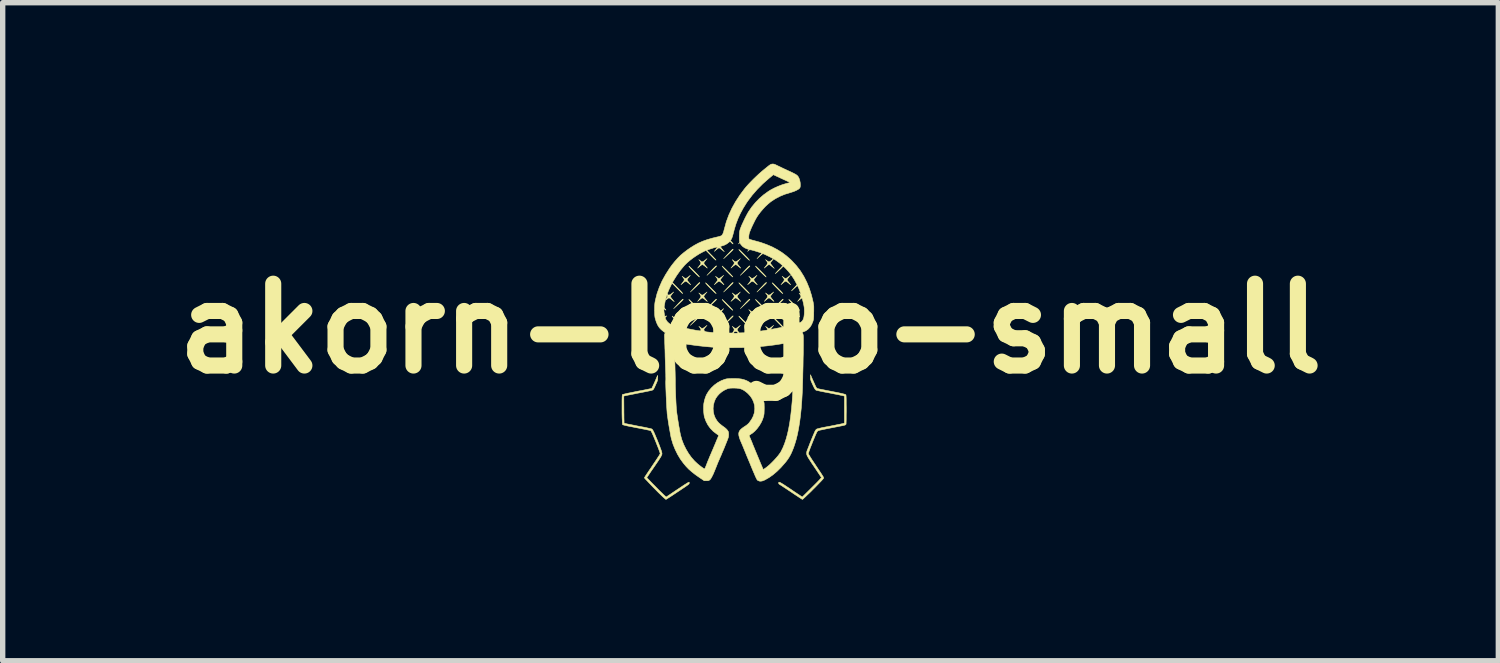
<source format=kicad_pcb>
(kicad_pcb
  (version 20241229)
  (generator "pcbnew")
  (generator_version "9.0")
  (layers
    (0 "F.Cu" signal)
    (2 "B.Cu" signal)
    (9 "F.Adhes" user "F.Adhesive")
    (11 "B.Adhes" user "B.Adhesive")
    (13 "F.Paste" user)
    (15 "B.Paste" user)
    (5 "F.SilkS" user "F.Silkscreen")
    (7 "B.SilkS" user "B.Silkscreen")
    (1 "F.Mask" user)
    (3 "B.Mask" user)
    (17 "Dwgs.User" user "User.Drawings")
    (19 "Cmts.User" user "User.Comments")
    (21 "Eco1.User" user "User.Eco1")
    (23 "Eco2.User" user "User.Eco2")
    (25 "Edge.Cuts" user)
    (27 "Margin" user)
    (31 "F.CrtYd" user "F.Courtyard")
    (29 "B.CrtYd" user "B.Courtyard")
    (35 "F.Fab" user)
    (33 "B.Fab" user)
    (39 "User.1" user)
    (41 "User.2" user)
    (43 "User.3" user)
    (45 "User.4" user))
  (footprint "akorn-logo-small"
    (layer "F.Cu")
    (at 10.929 3.069)
    (property "Reference" "akorn-logo-small" (at 0 0 0) (layer "F.SilkS") (effects (font (size 1.524 1.524) (thickness 0.3))))
    (attr through_hole)
    (fp_poly (pts (xy -1.575 -0.533) (xy -1.578 -0.531) (xy -1.58 -0.533) (xy -1.578 -0.536) (xy -1.575 -0.533)) (stroke (width 0.01) (type solid)) (fill yes) (layer "F.SilkS"))
    (fp_poly (pts (xy -1.255 -0.546) (xy -1.254 -0.543) (xy -1.255 -0.539) (xy -1.26 -0.533) (xy -1.269 -0.524) (xy -1.282 -0.51) (xy -1.302 -0.491) (xy -1.328 -0.466) (xy -1.352 -0.444) (xy -1.431 -0.37) (xy -1.368 -0.437) (xy -1.335 -0.473) (xy -1.308 -0.501) (xy -1.288 -0.521) (xy -1.273 -0.535) (xy -1.263 -0.543) (xy -1.257 -0.546) (xy -1.255 -0.546)) (stroke (width 0.01) (type solid)) (fill yes) (layer "F.SilkS"))
    (fp_poly (pts (xy -0.945 -0.856) (xy -0.944 -0.854) (xy -0.945 -0.85) (xy -0.949 -0.844) (xy -0.958 -0.834) (xy -0.972 -0.82) (xy -0.991 -0.801) (xy -1.018 -0.776) (xy -1.041 -0.754) (xy -1.12 -0.68) (xy -1.057 -0.748) (xy -1.024 -0.783) (xy -0.998 -0.811) (xy -0.977 -0.832) (xy -0.963 -0.846) (xy -0.952 -0.854) (xy -0.947 -0.857) (xy -0.945 -0.856)) (stroke (width 0.01) (type solid)) (fill yes) (layer "F.SilkS"))
    (fp_poly (pts (xy -0.945 -0.235) (xy -0.944 -0.233) (xy -0.945 -0.229) (xy -0.949 -0.223) (xy -0.958 -0.213) (xy -0.972 -0.199) (xy -0.991 -0.18) (xy -1.018 -0.155) (xy -1.041 -0.133) (xy -1.12 -0.059) (xy -1.057 -0.127) (xy -1.024 -0.163) (xy -0.998 -0.19) (xy -0.977 -0.211) (xy -0.963 -0.225) (xy -0.952 -0.233) (xy -0.947 -0.236) (xy -0.945 -0.235)) (stroke (width 0.01) (type solid)) (fill yes) (layer "F.SilkS"))
    (fp_poly (pts (xy -0.634 -1.167) (xy -0.633 -1.164) (xy -0.634 -1.16) (xy -0.639 -1.154) (xy -0.648 -1.145) (xy -0.661 -1.131) (xy -0.681 -1.112) (xy -0.707 -1.087) (xy -0.731 -1.065) (xy -0.81 -0.991) (xy -0.747 -1.058) (xy -0.714 -1.094) (xy -0.687 -1.122) (xy -0.667 -1.142) (xy -0.652 -1.156) (xy -0.642 -1.164) (xy -0.636 -1.167) (xy -0.634 -1.167)) (stroke (width 0.01) (type solid)) (fill yes) (layer "F.SilkS"))
    (fp_poly (pts (xy -0.634 -0.546) (xy -0.633 -0.543) (xy -0.634 -0.539) (xy -0.639 -0.533) (xy -0.648 -0.524) (xy -0.661 -0.51) (xy -0.681 -0.491) (xy -0.707 -0.466) (xy -0.731 -0.444) (xy -0.81 -0.37) (xy -0.747 -0.437) (xy -0.714 -0.473) (xy -0.687 -0.501) (xy -0.667 -0.521) (xy -0.652 -0.535) (xy -0.642 -0.543) (xy -0.636 -0.546) (xy -0.634 -0.546)) (stroke (width 0.01) (type solid)) (fill yes) (layer "F.SilkS"))
    (fp_poly (pts (xy -0.324 -1.477) (xy -0.323 -1.475) (xy -0.324 -1.471) (xy -0.329 -1.465) (xy -0.337 -1.455) (xy -0.351 -1.441) (xy -0.371 -1.422) (xy -0.397 -1.397) (xy -0.421 -1.375) (xy -0.5 -1.301) (xy -0.437 -1.369) (xy -0.403 -1.404) (xy -0.377 -1.432) (xy -0.357 -1.453) (xy -0.342 -1.467) (xy -0.332 -1.475) (xy -0.326 -1.478) (xy -0.324 -1.477)) (stroke (width 0.01) (type solid)) (fill yes) (layer "F.SilkS"))
    (fp_poly (pts (xy -0.324 -0.856) (xy -0.323 -0.854) (xy -0.324 -0.85) (xy -0.329 -0.844) (xy -0.337 -0.834) (xy -0.351 -0.82) (xy -0.371 -0.801) (xy -0.397 -0.776) (xy -0.421 -0.754) (xy -0.5 -0.68) (xy -0.437 -0.748) (xy -0.403 -0.783) (xy -0.377 -0.811) (xy -0.357 -0.832) (xy -0.342 -0.846) (xy -0.332 -0.854) (xy -0.326 -0.857) (xy -0.324 -0.856)) (stroke (width 0.01) (type solid)) (fill yes) (layer "F.SilkS"))
    (fp_poly (pts (xy -0.324 -0.235) (xy -0.323 -0.233) (xy -0.324 -0.229) (xy -0.329 -0.223) (xy -0.337 -0.213) (xy -0.351 -0.199) (xy -0.371 -0.18) (xy -0.397 -0.155) (xy -0.421 -0.133) (xy -0.5 -0.059) (xy -0.437 -0.127) (xy -0.403 -0.163) (xy -0.377 -0.19) (xy -0.357 -0.211) (xy -0.342 -0.225) (xy -0.332 -0.233) (xy -0.326 -0.236) (xy -0.324 -0.235)) (stroke (width 0.01) (type solid)) (fill yes) (layer "F.SilkS"))
    (fp_poly (pts (xy -0.013 -1.167) (xy -0.012 -1.164) (xy -0.013 -1.16) (xy -0.018 -1.154) (xy -0.027 -1.145) (xy -0.041 -1.131) (xy -0.06 -1.112) (xy -0.087 -1.087) (xy -0.11 -1.065) (xy -0.189 -0.991) (xy -0.126 -1.058) (xy -0.093 -1.094) (xy -0.066 -1.122) (xy -0.046 -1.142) (xy -0.031 -1.156) (xy -0.021 -1.164) (xy -0.015 -1.167) (xy -0.013 -1.167)) (stroke (width 0.01) (type solid)) (fill yes) (layer "F.SilkS"))
    (fp_poly (pts (xy -0.013 -0.546) (xy -0.012 -0.543) (xy -0.013 -0.539) (xy -0.018 -0.533) (xy -0.027 -0.524) (xy -0.041 -0.51) (xy -0.06 -0.491) (xy -0.087 -0.466) (xy -0.11 -0.444) (xy -0.189 -0.37) (xy -0.126 -0.437) (xy -0.093 -0.473) (xy -0.066 -0.501) (xy -0.046 -0.521) (xy -0.031 -0.535) (xy -0.021 -0.543) (xy -0.015 -0.546) (xy -0.013 -0.546)) (stroke (width 0.01) (type solid)) (fill yes) (layer "F.SilkS"))
    (fp_poly (pts (xy 0.297 -0.856) (xy 0.298 -0.854) (xy 0.297 -0.85) (xy 0.292 -0.844) (xy 0.284 -0.834) (xy 0.27 -0.82) (xy 0.25 -0.801) (xy 0.224 -0.776) (xy 0.2 -0.754) (xy 0.121 -0.68) (xy 0.184 -0.748) (xy 0.218 -0.783) (xy 0.244 -0.811) (xy 0.264 -0.832) (xy 0.279 -0.846) (xy 0.289 -0.854) (xy 0.295 -0.857) (xy 0.297 -0.856)) (stroke (width 0.01) (type solid)) (fill yes) (layer "F.SilkS"))
    (fp_poly (pts (xy 0.297 -0.235) (xy 0.298 -0.233) (xy 0.297 -0.229) (xy 0.292 -0.223) (xy 0.284 -0.213) (xy 0.27 -0.199) (xy 0.25 -0.18) (xy 0.224 -0.155) (xy 0.2 -0.133) (xy 0.121 -0.059) (xy 0.184 -0.127) (xy 0.218 -0.163) (xy 0.244 -0.19) (xy 0.264 -0.211) (xy 0.279 -0.225) (xy 0.289 -0.233) (xy 0.295 -0.236) (xy 0.297 -0.235)) (stroke (width 0.01) (type solid)) (fill yes) (layer "F.SilkS"))
    (fp_poly (pts (xy 0.608 -0.546) (xy 0.609 -0.543) (xy 0.607 -0.539) (xy 0.603 -0.533) (xy 0.594 -0.524) (xy 0.58 -0.51) (xy 0.561 -0.491) (xy 0.534 -0.466) (xy 0.511 -0.444) (xy 0.432 -0.37) (xy 0.495 -0.437) (xy 0.528 -0.473) (xy 0.555 -0.501) (xy 0.575 -0.521) (xy 0.59 -0.535) (xy 0.6 -0.543) (xy 0.606 -0.546) (xy 0.608 -0.546)) (stroke (width 0.01) (type solid)) (fill yes) (layer "F.SilkS"))
    (fp_poly (pts (xy -1.453 -0.228) (xy -1.441 -0.217) (xy -1.424 -0.201) (xy -1.404 -0.181) (xy -1.381 -0.158) (xy -1.357 -0.135) (xy -1.333 -0.111) (xy -1.312 -0.088) (xy -1.293 -0.069) (xy -1.279 -0.054) (xy -1.276 -0.049) (xy -1.264 -0.035) (xy -1.26 -0.029) (xy -1.263 -0.03) (xy -1.273 -0.038) (xy -1.29 -0.053) (xy -1.312 -0.074) (xy -1.336 -0.097) (xy -1.369 -0.13) (xy -1.397 -0.159) (xy -1.421 -0.185) (xy -1.44 -0.205) (xy -1.453 -0.221) (xy -1.458 -0.229) (xy -1.458 -0.231) (xy -1.453 -0.228)) (stroke (width 0.01) (type solid)) (fill yes) (layer "F.SilkS"))
    (fp_poly (pts (xy -1.142 -1.159) (xy -1.13 -1.148) (xy -1.114 -1.132) (xy -1.093 -1.112) (xy -1.07 -1.09) (xy -1.046 -1.066) (xy -1.023 -1.042) (xy -1.001 -1.02) (xy -0.983 -1) (xy -0.969 -0.985) (xy -0.965 -0.981) (xy -0.954 -0.967) (xy -0.95 -0.96) (xy -0.953 -0.961) (xy -0.963 -0.969) (xy -0.979 -0.984) (xy -1.002 -1.005) (xy -1.026 -1.029) (xy -1.058 -1.061) (xy -1.087 -1.091) (xy -1.111 -1.116) (xy -1.13 -1.137) (xy -1.142 -1.152) (xy -1.148 -1.161) (xy -1.147 -1.163) (xy -1.142 -1.159)) (stroke (width 0.01) (type solid)) (fill yes) (layer "F.SilkS"))
    (fp_poly (pts (xy -1.142 -0.538) (xy -1.13 -0.527) (xy -1.114 -0.511) (xy -1.093 -0.491) (xy -1.07 -0.469) (xy -1.046 -0.445) (xy -1.023 -0.421) (xy -1.001 -0.399) (xy -0.983 -0.379) (xy -0.969 -0.364) (xy -0.965 -0.36) (xy -0.954 -0.346) (xy -0.95 -0.339) (xy -0.953 -0.34) (xy -0.963 -0.348) (xy -0.979 -0.363) (xy -1.002 -0.384) (xy -1.026 -0.408) (xy -1.058 -0.44) (xy -1.087 -0.47) (xy -1.111 -0.495) (xy -1.13 -0.516) (xy -1.142 -0.531) (xy -1.148 -0.54) (xy -1.147 -0.542) (xy -1.142 -0.538)) (stroke (width 0.01) (type solid)) (fill yes) (layer "F.SilkS"))
    (fp_poly (pts (xy -0.832 -0.848) (xy -0.82 -0.838) (xy -0.803 -0.822) (xy -0.783 -0.802) (xy -0.76 -0.779) (xy -0.736 -0.755) (xy -0.713 -0.732) (xy -0.691 -0.709) (xy -0.672 -0.69) (xy -0.658 -0.675) (xy -0.655 -0.67) (xy -0.643 -0.656) (xy -0.639 -0.65) (xy -0.642 -0.651) (xy -0.652 -0.659) (xy -0.669 -0.673) (xy -0.691 -0.695) (xy -0.715 -0.718) (xy -0.748 -0.751) (xy -0.777 -0.78) (xy -0.801 -0.806) (xy -0.819 -0.826) (xy -0.832 -0.842) (xy -0.838 -0.85) (xy -0.837 -0.852) (xy -0.832 -0.848)) (stroke (width 0.01) (type solid)) (fill yes) (layer "F.SilkS"))
    (fp_poly (pts (xy -0.832 -0.228) (xy -0.82 -0.217) (xy -0.803 -0.201) (xy -0.783 -0.181) (xy -0.76 -0.158) (xy -0.736 -0.135) (xy -0.713 -0.111) (xy -0.691 -0.088) (xy -0.672 -0.069) (xy -0.658 -0.054) (xy -0.655 -0.049) (xy -0.643 -0.035) (xy -0.639 -0.029) (xy -0.642 -0.03) (xy -0.652 -0.038) (xy -0.669 -0.053) (xy -0.691 -0.074) (xy -0.715 -0.097) (xy -0.748 -0.13) (xy -0.777 -0.159) (xy -0.801 -0.185) (xy -0.819 -0.205) (xy -0.832 -0.221) (xy -0.838 -0.229) (xy -0.837 -0.231) (xy -0.832 -0.228)) (stroke (width 0.01) (type solid)) (fill yes) (layer "F.SilkS"))
    (fp_poly (pts (xy -0.521 -1.159) (xy -0.51 -1.148) (xy -0.493 -1.132) (xy -0.472 -1.112) (xy -0.449 -1.09) (xy -0.426 -1.066) (xy -0.402 -1.042) (xy -0.38 -1.02) (xy -0.362 -1) (xy -0.348 -0.985) (xy -0.344 -0.981) (xy -0.333 -0.967) (xy -0.329 -0.96) (xy -0.332 -0.961) (xy -0.342 -0.969) (xy -0.358 -0.984) (xy -0.381 -1.005) (xy -0.405 -1.029) (xy -0.437 -1.061) (xy -0.466 -1.091) (xy -0.49 -1.116) (xy -0.509 -1.137) (xy -0.521 -1.152) (xy -0.527 -1.161) (xy -0.527 -1.163) (xy -0.521 -1.159)) (stroke (width 0.01) (type solid)) (fill yes) (layer "F.SilkS"))
    (fp_poly (pts (xy -0.521 -0.538) (xy -0.51 -0.527) (xy -0.493 -0.511) (xy -0.472 -0.491) (xy -0.449 -0.469) (xy -0.426 -0.445) (xy -0.402 -0.421) (xy -0.38 -0.399) (xy -0.362 -0.379) (xy -0.348 -0.364) (xy -0.344 -0.36) (xy -0.333 -0.346) (xy -0.329 -0.339) (xy -0.332 -0.34) (xy -0.342 -0.348) (xy -0.358 -0.363) (xy -0.381 -0.384) (xy -0.405 -0.408) (xy -0.437 -0.44) (xy -0.466 -0.47) (xy -0.49 -0.495) (xy -0.509 -0.516) (xy -0.521 -0.531) (xy -0.527 -0.54) (xy -0.527 -0.542) (xy -0.521 -0.538)) (stroke (width 0.01) (type solid)) (fill yes) (layer "F.SilkS"))
    (fp_poly (pts (xy -0.211 -1.469) (xy -0.199 -1.459) (xy -0.182 -1.443) (xy -0.162 -1.423) (xy -0.139 -1.4) (xy -0.115 -1.376) (xy -0.092 -1.352) (xy -0.07 -1.33) (xy -0.052 -1.311) (xy -0.038 -1.295) (xy -0.034 -1.291) (xy -0.022 -1.277) (xy -0.018 -1.271) (xy -0.021 -1.271) (xy -0.032 -1.28) (xy -0.048 -1.294) (xy -0.071 -1.316) (xy -0.095 -1.339) (xy -0.127 -1.372) (xy -0.156 -1.401) (xy -0.18 -1.426) (xy -0.198 -1.447) (xy -0.211 -1.462) (xy -0.217 -1.471) (xy -0.216 -1.473) (xy -0.211 -1.469)) (stroke (width 0.01) (type solid)) (fill yes) (layer "F.SilkS"))
    (fp_poly (pts (xy -0.211 -0.848) (xy -0.199 -0.838) (xy -0.182 -0.822) (xy -0.162 -0.802) (xy -0.139 -0.779) (xy -0.115 -0.755) (xy -0.092 -0.732) (xy -0.07 -0.709) (xy -0.052 -0.69) (xy -0.038 -0.675) (xy -0.034 -0.67) (xy -0.022 -0.656) (xy -0.018 -0.65) (xy -0.021 -0.651) (xy -0.032 -0.659) (xy -0.048 -0.673) (xy -0.071 -0.695) (xy -0.095 -0.718) (xy -0.127 -0.751) (xy -0.156 -0.78) (xy -0.18 -0.806) (xy -0.198 -0.826) (xy -0.211 -0.842) (xy -0.217 -0.85) (xy -0.216 -0.852) (xy -0.211 -0.848)) (stroke (width 0.01) (type solid)) (fill yes) (layer "F.SilkS"))
    (fp_poly (pts (xy -0.211 -0.228) (xy -0.199 -0.217) (xy -0.182 -0.201) (xy -0.162 -0.181) (xy -0.139 -0.158) (xy -0.115 -0.135) (xy -0.092 -0.111) (xy -0.07 -0.088) (xy -0.052 -0.069) (xy -0.038 -0.054) (xy -0.034 -0.049) (xy -0.022 -0.035) (xy -0.018 -0.029) (xy -0.021 -0.03) (xy -0.032 -0.038) (xy -0.048 -0.053) (xy -0.071 -0.074) (xy -0.095 -0.097) (xy -0.127 -0.13) (xy -0.156 -0.159) (xy -0.18 -0.185) (xy -0.198 -0.205) (xy -0.211 -0.221) (xy -0.217 -0.229) (xy -0.216 -0.231) (xy -0.211 -0.228)) (stroke (width 0.01) (type solid)) (fill yes) (layer "F.SilkS"))
    (fp_poly (pts (xy 0.1 -1.159) (xy 0.111 -1.148) (xy 0.128 -1.132) (xy 0.149 -1.112) (xy 0.171 -1.09) (xy 0.195 -1.066) (xy 0.219 -1.042) (xy 0.24 -1.02) (xy 0.259 -1) (xy 0.273 -0.985) (xy 0.277 -0.981) (xy 0.288 -0.967) (xy 0.292 -0.96) (xy 0.289 -0.961) (xy 0.279 -0.969) (xy 0.262 -0.984) (xy 0.24 -1.005) (xy 0.216 -1.029) (xy 0.183 -1.061) (xy 0.155 -1.091) (xy 0.131 -1.116) (xy 0.112 -1.137) (xy 0.099 -1.152) (xy 0.094 -1.161) (xy 0.094 -1.163) (xy 0.1 -1.159)) (stroke (width 0.01) (type solid)) (fill yes) (layer "F.SilkS"))
    (fp_poly (pts (xy 0.1 -0.538) (xy 0.111 -0.527) (xy 0.128 -0.511) (xy 0.149 -0.491) (xy 0.171 -0.469) (xy 0.195 -0.445) (xy 0.219 -0.421) (xy 0.24 -0.399) (xy 0.259 -0.379) (xy 0.273 -0.364) (xy 0.277 -0.36) (xy 0.288 -0.346) (xy 0.292 -0.339) (xy 0.289 -0.34) (xy 0.279 -0.348) (xy 0.262 -0.363) (xy 0.24 -0.384) (xy 0.216 -0.408) (xy 0.183 -0.44) (xy 0.155 -0.47) (xy 0.131 -0.495) (xy 0.112 -0.516) (xy 0.099 -0.531) (xy 0.094 -0.54) (xy 0.094 -0.542) (xy 0.1 -0.538)) (stroke (width 0.01) (type solid)) (fill yes) (layer "F.SilkS"))
    (fp_poly (pts (xy 0.41 -0.848) (xy 0.422 -0.838) (xy 0.439 -0.822) (xy 0.459 -0.802) (xy 0.482 -0.779) (xy 0.506 -0.755) (xy 0.529 -0.732) (xy 0.551 -0.709) (xy 0.569 -0.69) (xy 0.583 -0.675) (xy 0.587 -0.67) (xy 0.599 -0.656) (xy 0.603 -0.65) (xy 0.599 -0.651) (xy 0.589 -0.659) (xy 0.573 -0.673) (xy 0.55 -0.695) (xy 0.526 -0.718) (xy 0.494 -0.751) (xy 0.465 -0.78) (xy 0.441 -0.806) (xy 0.422 -0.826) (xy 0.41 -0.842) (xy 0.404 -0.85) (xy 0.405 -0.852) (xy 0.41 -0.848)) (stroke (width 0.01) (type solid)) (fill yes) (layer "F.SilkS"))
    (fp_poly (pts (xy 0.72 -0.538) (xy 0.732 -0.527) (xy 0.749 -0.511) (xy 0.77 -0.491) (xy 0.792 -0.469) (xy 0.816 -0.445) (xy 0.84 -0.421) (xy 0.861 -0.399) (xy 0.88 -0.379) (xy 0.894 -0.364) (xy 0.898 -0.36) (xy 0.909 -0.346) (xy 0.913 -0.339) (xy 0.91 -0.34) (xy 0.9 -0.348) (xy 0.883 -0.363) (xy 0.861 -0.384) (xy 0.837 -0.408) (xy 0.804 -0.44) (xy 0.776 -0.47) (xy 0.752 -0.495) (xy 0.733 -0.516) (xy 0.72 -0.531) (xy 0.715 -0.54) (xy 0.715 -0.542) (xy 0.72 -0.538)) (stroke (width 0.01) (type solid)) (fill yes) (layer "F.SilkS"))
    (fp_poly (pts (xy -1.15 -0.955) (xy -1.164 -0.937) (xy -1.174 -0.922) (xy -1.179 -0.911) (xy -1.18 -0.91) (xy -1.178 -0.901) (xy -1.171 -0.888) (xy -1.159 -0.872) (xy -1.141 -0.849) (xy -1.136 -0.842) (xy -1.121 -0.825) (xy -1.115 -0.816) (xy -1.115 -0.815) (xy -1.123 -0.821) (xy -1.135 -0.831) (xy -1.161 -0.853) (xy -1.183 -0.869) (xy -1.2 -0.878) (xy -1.208 -0.881) (xy -1.217 -0.877) (xy -1.232 -0.868) (xy -1.249 -0.854) (xy -1.257 -0.848) (xy -1.295 -0.816) (xy -1.268 -0.849) (xy -1.249 -0.874) (xy -1.237 -0.894) (xy -1.234 -0.91) (xy -1.238 -0.926) (xy -1.249 -0.944) (xy -1.257 -0.954) (xy -1.273 -0.973) (xy -1.245 -0.952) (xy -1.23 -0.941) (xy -1.219 -0.934) (xy -1.213 -0.931) (xy -1.198 -0.935) (xy -1.177 -0.947) (xy -1.153 -0.964) (xy -1.149 -0.967) (xy -1.121 -0.991) (xy -1.15 -0.955)) (stroke (width 0.01) (type solid)) (fill yes) (layer "F.SilkS"))
    (fp_poly (pts (xy -1.15 -0.334) (xy -1.164 -0.316) (xy -1.174 -0.301) (xy -1.179 -0.29) (xy -1.18 -0.289) (xy -1.178 -0.28) (xy -1.171 -0.268) (xy -1.159 -0.251) (xy -1.141 -0.228) (xy -1.136 -0.222) (xy -1.121 -0.204) (xy -1.115 -0.195) (xy -1.115 -0.194) (xy -1.123 -0.2) (xy -1.135 -0.21) (xy -1.161 -0.232) (xy -1.183 -0.248) (xy -1.2 -0.257) (xy -1.208 -0.26) (xy -1.217 -0.256) (xy -1.232 -0.247) (xy -1.249 -0.233) (xy -1.257 -0.227) (xy -1.295 -0.195) (xy -1.268 -0.228) (xy -1.249 -0.253) (xy -1.237 -0.273) (xy -1.234 -0.29) (xy -1.238 -0.305) (xy -1.249 -0.323) (xy -1.257 -0.333) (xy -1.273 -0.352) (xy -1.245 -0.331) (xy -1.23 -0.32) (xy -1.219 -0.313) (xy -1.213 -0.31) (xy -1.198 -0.314) (xy -1.177 -0.326) (xy -1.153 -0.343) (xy -1.149 -0.346) (xy -1.121 -0.37) (xy -1.15 -0.334)) (stroke (width 0.01) (type solid)) (fill yes) (layer "F.SilkS"))
    (fp_poly (pts (xy -0.84 -1.265) (xy -0.854 -1.248) (xy -0.864 -1.232) (xy -0.869 -1.222) (xy -0.869 -1.22) (xy -0.867 -1.211) (xy -0.861 -1.199) (xy -0.849 -1.182) (xy -0.831 -1.159) (xy -0.825 -1.153) (xy -0.811 -1.136) (xy -0.804 -1.126) (xy -0.805 -1.125) (xy -0.813 -1.131) (xy -0.824 -1.141) (xy -0.851 -1.163) (xy -0.873 -1.179) (xy -0.89 -1.189) (xy -0.898 -1.191) (xy -0.907 -1.187) (xy -0.921 -1.178) (xy -0.939 -1.165) (xy -0.946 -1.159) (xy -0.984 -1.126) (xy -0.957 -1.159) (xy -0.938 -1.184) (xy -0.927 -1.204) (xy -0.923 -1.221) (xy -0.927 -1.237) (xy -0.938 -1.254) (xy -0.946 -1.264) (xy -0.962 -1.283) (xy -0.935 -1.262) (xy -0.92 -1.251) (xy -0.908 -1.244) (xy -0.903 -1.242) (xy -0.887 -1.246) (xy -0.866 -1.257) (xy -0.842 -1.274) (xy -0.839 -1.277) (xy -0.81 -1.301) (xy -0.84 -1.265)) (stroke (width 0.01) (type solid)) (fill yes) (layer "F.SilkS"))
    (fp_poly (pts (xy -0.84 -0.645) (xy -0.854 -0.627) (xy -0.864 -0.611) (xy -0.869 -0.601) (xy -0.869 -0.599) (xy -0.867 -0.59) (xy -0.861 -0.578) (xy -0.849 -0.561) (xy -0.831 -0.538) (xy -0.825 -0.532) (xy -0.811 -0.515) (xy -0.804 -0.506) (xy -0.805 -0.504) (xy -0.813 -0.511) (xy -0.824 -0.52) (xy -0.851 -0.542) (xy -0.873 -0.558) (xy -0.89 -0.568) (xy -0.898 -0.57) (xy -0.907 -0.567) (xy -0.921 -0.557) (xy -0.939 -0.544) (xy -0.946 -0.538) (xy -0.984 -0.505) (xy -0.957 -0.538) (xy -0.938 -0.564) (xy -0.927 -0.583) (xy -0.923 -0.6) (xy -0.927 -0.616) (xy -0.938 -0.633) (xy -0.946 -0.643) (xy -0.962 -0.662) (xy -0.935 -0.642) (xy -0.92 -0.631) (xy -0.908 -0.623) (xy -0.903 -0.621) (xy -0.887 -0.625) (xy -0.866 -0.636) (xy -0.842 -0.654) (xy -0.839 -0.656) (xy -0.81 -0.68) (xy -0.84 -0.645)) (stroke (width 0.01) (type solid)) (fill yes) (layer "F.SilkS"))
    (fp_poly (pts (xy -0.529 -0.955) (xy -0.543 -0.937) (xy -0.553 -0.922) (xy -0.559 -0.911) (xy -0.559 -0.91) (xy -0.557 -0.901) (xy -0.551 -0.888) (xy -0.539 -0.872) (xy -0.52 -0.849) (xy -0.515 -0.842) (xy -0.5 -0.825) (xy -0.494 -0.816) (xy -0.494 -0.815) (xy -0.503 -0.821) (xy -0.514 -0.831) (xy -0.54 -0.853) (xy -0.562 -0.869) (xy -0.579 -0.878) (xy -0.588 -0.881) (xy -0.596 -0.877) (xy -0.611 -0.868) (xy -0.628 -0.854) (xy -0.636 -0.848) (xy -0.674 -0.816) (xy -0.647 -0.849) (xy -0.628 -0.874) (xy -0.616 -0.894) (xy -0.613 -0.91) (xy -0.617 -0.926) (xy -0.628 -0.944) (xy -0.636 -0.954) (xy -0.652 -0.973) (xy -0.625 -0.952) (xy -0.609 -0.941) (xy -0.598 -0.934) (xy -0.593 -0.931) (xy -0.577 -0.935) (xy -0.556 -0.947) (xy -0.532 -0.964) (xy -0.528 -0.967) (xy -0.5 -0.991) (xy -0.529 -0.955)) (stroke (width 0.01) (type solid)) (fill yes) (layer "F.SilkS"))
    (fp_poly (pts (xy -0.529 -0.334) (xy -0.543 -0.316) (xy -0.553 -0.301) (xy -0.559 -0.29) (xy -0.559 -0.289) (xy -0.557 -0.28) (xy -0.551 -0.268) (xy -0.539 -0.251) (xy -0.52 -0.228) (xy -0.515 -0.222) (xy -0.5 -0.204) (xy -0.494 -0.195) (xy -0.494 -0.194) (xy -0.503 -0.2) (xy -0.514 -0.21) (xy -0.54 -0.232) (xy -0.562 -0.248) (xy -0.579 -0.257) (xy -0.588 -0.26) (xy -0.596 -0.256) (xy -0.611 -0.247) (xy -0.628 -0.233) (xy -0.636 -0.227) (xy -0.674 -0.195) (xy -0.647 -0.228) (xy -0.628 -0.253) (xy -0.616 -0.273) (xy -0.613 -0.29) (xy -0.617 -0.305) (xy -0.628 -0.323) (xy -0.636 -0.333) (xy -0.652 -0.352) (xy -0.625 -0.331) (xy -0.609 -0.32) (xy -0.598 -0.313) (xy -0.593 -0.31) (xy -0.577 -0.314) (xy -0.556 -0.326) (xy -0.532 -0.343) (xy -0.528 -0.346) (xy -0.5 -0.37) (xy -0.529 -0.334)) (stroke (width 0.01) (type solid)) (fill yes) (layer "F.SilkS"))
    (fp_poly (pts (xy -0.219 -1.265) (xy -0.233 -1.248) (xy -0.243 -1.232) (xy -0.248 -1.222) (xy -0.248 -1.22) (xy -0.246 -1.211) (xy -0.24 -1.199) (xy -0.228 -1.182) (xy -0.21 -1.159) (xy -0.204 -1.153) (xy -0.19 -1.136) (xy -0.183 -1.126) (xy -0.184 -1.125) (xy -0.192 -1.131) (xy -0.203 -1.141) (xy -0.23 -1.163) (xy -0.252 -1.179) (xy -0.269 -1.189) (xy -0.277 -1.191) (xy -0.286 -1.187) (xy -0.3 -1.178) (xy -0.318 -1.165) (xy -0.325 -1.159) (xy -0.364 -1.126) (xy -0.337 -1.159) (xy -0.317 -1.184) (xy -0.306 -1.204) (xy -0.302 -1.221) (xy -0.306 -1.237) (xy -0.317 -1.254) (xy -0.325 -1.264) (xy -0.341 -1.283) (xy -0.314 -1.262) (xy -0.299 -1.251) (xy -0.287 -1.244) (xy -0.282 -1.242) (xy -0.266 -1.246) (xy -0.245 -1.257) (xy -0.221 -1.274) (xy -0.218 -1.277) (xy -0.189 -1.301) (xy -0.219 -1.265)) (stroke (width 0.01) (type solid)) (fill yes) (layer "F.SilkS"))
    (fp_poly (pts (xy -0.219 -0.645) (xy -0.233 -0.627) (xy -0.243 -0.611) (xy -0.248 -0.601) (xy -0.248 -0.599) (xy -0.246 -0.59) (xy -0.24 -0.578) (xy -0.228 -0.561) (xy -0.21 -0.538) (xy -0.204 -0.532) (xy -0.19 -0.515) (xy -0.183 -0.506) (xy -0.184 -0.504) (xy -0.192 -0.511) (xy -0.203 -0.52) (xy -0.23 -0.542) (xy -0.252 -0.558) (xy -0.269 -0.568) (xy -0.277 -0.57) (xy -0.286 -0.567) (xy -0.3 -0.557) (xy -0.318 -0.544) (xy -0.325 -0.538) (xy -0.364 -0.505) (xy -0.337 -0.538) (xy -0.317 -0.564) (xy -0.306 -0.583) (xy -0.302 -0.6) (xy -0.306 -0.616) (xy -0.317 -0.633) (xy -0.325 -0.643) (xy -0.341 -0.662) (xy -0.314 -0.642) (xy -0.299 -0.631) (xy -0.287 -0.623) (xy -0.282 -0.621) (xy -0.266 -0.625) (xy -0.245 -0.636) (xy -0.221 -0.654) (xy -0.218 -0.656) (xy -0.189 -0.68) (xy -0.219 -0.645)) (stroke (width 0.01) (type solid)) (fill yes) (layer "F.SilkS"))
    (fp_poly (pts (xy 0.092 -0.955) (xy 0.078 -0.937) (xy 0.067 -0.922) (xy 0.062 -0.911) (xy 0.062 -0.91) (xy 0.064 -0.901) (xy 0.07 -0.888) (xy 0.082 -0.872) (xy 0.101 -0.849) (xy 0.106 -0.842) (xy 0.12 -0.825) (xy 0.127 -0.816) (xy 0.127 -0.815) (xy 0.118 -0.821) (xy 0.107 -0.831) (xy 0.081 -0.853) (xy 0.059 -0.869) (xy 0.042 -0.878) (xy 0.033 -0.881) (xy 0.025 -0.877) (xy 0.01 -0.868) (xy -0.008 -0.854) (xy -0.015 -0.848) (xy -0.053 -0.816) (xy -0.026 -0.849) (xy -0.007 -0.874) (xy 0.004 -0.894) (xy 0.008 -0.91) (xy 0.004 -0.926) (xy -0.007 -0.944) (xy -0.015 -0.954) (xy -0.031 -0.973) (xy -0.004 -0.952) (xy 0.011 -0.941) (xy 0.023 -0.934) (xy 0.028 -0.931) (xy 0.044 -0.935) (xy 0.065 -0.947) (xy 0.089 -0.964) (xy 0.092 -0.967) (xy 0.121 -0.991) (xy 0.092 -0.955)) (stroke (width 0.01) (type solid)) (fill yes) (layer "F.SilkS"))
    (fp_poly (pts (xy 0.092 -0.334) (xy 0.078 -0.316) (xy 0.067 -0.301) (xy 0.062 -0.29) (xy 0.062 -0.289) (xy 0.064 -0.28) (xy 0.07 -0.268) (xy 0.082 -0.251) (xy 0.101 -0.228) (xy 0.106 -0.222) (xy 0.12 -0.204) (xy 0.127 -0.195) (xy 0.127 -0.194) (xy 0.118 -0.2) (xy 0.107 -0.21) (xy 0.081 -0.232) (xy 0.059 -0.248) (xy 0.042 -0.257) (xy 0.033 -0.26) (xy 0.025 -0.256) (xy 0.01 -0.247) (xy -0.008 -0.233) (xy -0.015 -0.227) (xy -0.053 -0.195) (xy -0.026 -0.228) (xy -0.007 -0.253) (xy 0.004 -0.273) (xy 0.008 -0.29) (xy 0.004 -0.305) (xy -0.007 -0.323) (xy -0.015 -0.333) (xy -0.031 -0.352) (xy -0.004 -0.331) (xy 0.011 -0.32) (xy 0.023 -0.313) (xy 0.028 -0.31) (xy 0.044 -0.314) (xy 0.065 -0.326) (xy 0.089 -0.343) (xy 0.092 -0.346) (xy 0.121 -0.37) (xy 0.092 -0.334)) (stroke (width 0.01) (type solid)) (fill yes) (layer "F.SilkS"))
    (fp_poly (pts (xy 0.402 -0.645) (xy 0.388 -0.627) (xy 0.378 -0.611) (xy 0.373 -0.601) (xy 0.373 -0.599) (xy 0.374 -0.59) (xy 0.381 -0.578) (xy 0.393 -0.561) (xy 0.411 -0.538) (xy 0.417 -0.532) (xy 0.431 -0.515) (xy 0.438 -0.506) (xy 0.437 -0.504) (xy 0.429 -0.511) (xy 0.418 -0.52) (xy 0.391 -0.542) (xy 0.369 -0.558) (xy 0.352 -0.568) (xy 0.344 -0.57) (xy 0.335 -0.567) (xy 0.321 -0.557) (xy 0.303 -0.544) (xy 0.296 -0.538) (xy 0.257 -0.505) (xy 0.284 -0.538) (xy 0.304 -0.564) (xy 0.315 -0.583) (xy 0.318 -0.6) (xy 0.315 -0.616) (xy 0.304 -0.633) (xy 0.296 -0.643) (xy 0.28 -0.662) (xy 0.307 -0.642) (xy 0.322 -0.631) (xy 0.334 -0.623) (xy 0.339 -0.621) (xy 0.355 -0.625) (xy 0.376 -0.636) (xy 0.399 -0.654) (xy 0.403 -0.656) (xy 0.431 -0.68) (xy 0.402 -0.645)) (stroke (width 0.01) (type solid)) (fill yes) (layer "F.SilkS"))
    (fp_poly (pts (xy 0.712 -0.955) (xy 0.699 -0.937) (xy 0.688 -0.922) (xy 0.683 -0.911) (xy 0.683 -0.91) (xy 0.685 -0.901) (xy 0.691 -0.888) (xy 0.703 -0.872) (xy 0.722 -0.849) (xy 0.727 -0.842) (xy 0.741 -0.825) (xy 0.748 -0.816) (xy 0.747 -0.815) (xy 0.739 -0.821) (xy 0.728 -0.831) (xy 0.702 -0.853) (xy 0.679 -0.869) (xy 0.663 -0.878) (xy 0.654 -0.881) (xy 0.646 -0.877) (xy 0.631 -0.868) (xy 0.613 -0.854) (xy 0.606 -0.848) (xy 0.568 -0.816) (xy 0.595 -0.849) (xy 0.614 -0.874) (xy 0.625 -0.894) (xy 0.629 -0.91) (xy 0.625 -0.926) (xy 0.614 -0.944) (xy 0.606 -0.954) (xy 0.59 -0.973) (xy 0.617 -0.952) (xy 0.632 -0.941) (xy 0.644 -0.934) (xy 0.649 -0.931) (xy 0.665 -0.935) (xy 0.686 -0.947) (xy 0.71 -0.964) (xy 0.713 -0.967) (xy 0.742 -0.991) (xy 0.712 -0.955)) (stroke (width 0.01) (type solid)) (fill yes) (layer "F.SilkS"))
    (fp_poly (pts (xy 0.712 -0.334) (xy 0.699 -0.316) (xy 0.688 -0.301) (xy 0.683 -0.29) (xy 0.683 -0.289) (xy 0.685 -0.28) (xy 0.691 -0.268) (xy 0.703 -0.251) (xy 0.722 -0.228) (xy 0.727 -0.222) (xy 0.741 -0.204) (xy 0.748 -0.195) (xy 0.747 -0.194) (xy 0.739 -0.2) (xy 0.728 -0.21) (xy 0.702 -0.232) (xy 0.679 -0.248) (xy 0.663 -0.257) (xy 0.654 -0.26) (xy 0.646 -0.256) (xy 0.631 -0.247) (xy 0.613 -0.233) (xy 0.606 -0.227) (xy 0.568 -0.195) (xy 0.595 -0.228) (xy 0.614 -0.253) (xy 0.625 -0.273) (xy 0.629 -0.29) (xy 0.625 -0.305) (xy 0.614 -0.323) (xy 0.606 -0.333) (xy 0.59 -0.352) (xy 0.617 -0.331) (xy 0.632 -0.32) (xy 0.644 -0.313) (xy 0.649 -0.31) (xy 0.665 -0.314) (xy 0.686 -0.326) (xy 0.71 -0.343) (xy 0.713 -0.346) (xy 0.742 -0.37) (xy 0.712 -0.334)) (stroke (width 0.01) (type solid)) (fill yes) (layer "F.SilkS"))
    (fp_poly (pts (xy 1.153 0.943) (xy 1.174 0.989) (xy 1.191 1.027) (xy 1.204 1.056) (xy 1.214 1.078) (xy 1.223 1.094) (xy 1.23 1.105) (xy 1.236 1.112) (xy 1.241 1.116) (xy 1.244 1.117) (xy 1.253 1.12) (xy 1.272 1.124) (xy 1.298 1.13) (xy 1.332 1.137) (xy 1.371 1.144) (xy 1.413 1.153) (xy 1.435 1.157) (xy 1.507 1.171) (xy 1.568 1.183) (xy 1.619 1.193) (xy 1.662 1.202) (xy 1.697 1.21) (xy 1.724 1.216) (xy 1.745 1.222) (xy 1.76 1.226) (xy 1.77 1.23) (xy 1.775 1.233) (xy 1.777 1.235) (xy 1.778 1.24) (xy 1.78 1.25) (xy 1.781 1.267) (xy 1.782 1.29) (xy 1.783 1.321) (xy 1.783 1.361) (xy 1.783 1.411) (xy 1.784 1.47) (xy 1.784 1.502) (xy 1.784 1.555) (xy 1.783 1.606) (xy 1.783 1.652) (xy 1.783 1.693) (xy 1.782 1.727) (xy 1.781 1.754) (xy 1.781 1.771) (xy 1.78 1.777) (xy 1.779 1.783) (xy 1.777 1.788) (xy 1.773 1.792) (xy 1.766 1.796) (xy 1.755 1.8) (xy 1.738 1.804) (xy 1.714 1.81) (xy 1.682 1.816) (xy 1.642 1.824) (xy 1.617 1.829) (xy 1.54 1.844) (xy 1.473 1.857) (xy 1.417 1.868) (xy 1.37 1.878) (xy 1.332 1.886) (xy 1.302 1.892) (xy 1.281 1.897) (xy 1.266 1.901) (xy 1.259 1.904) (xy 1.253 1.908) (xy 1.247 1.915) (xy 1.239 1.925) (xy 1.231 1.941) (xy 1.221 1.962) (xy 1.208 1.991) (xy 1.193 2.027) (xy 1.174 2.072) (xy 1.164 2.097) (xy 1.139 2.16) (xy 1.118 2.212) (xy 1.102 2.255) (xy 1.09 2.289) (xy 1.082 2.313) (xy 1.078 2.329) (xy 1.078 2.333) (xy 1.081 2.34) (xy 1.09 2.355) (xy 1.104 2.378) (xy 1.122 2.407) (xy 1.144 2.442) (xy 1.17 2.481) (xy 1.198 2.523) (xy 1.223 2.561) (xy 1.257 2.612) (xy 1.285 2.654) (xy 1.308 2.688) (xy 1.326 2.716) (xy 1.34 2.738) (xy 1.35 2.754) (xy 1.357 2.767) (xy 1.361 2.775) (xy 1.362 2.782) (xy 1.362 2.786) (xy 1.361 2.79) (xy 1.36 2.791) (xy 1.352 2.801) (xy 1.338 2.818) (xy 1.318 2.84) (xy 1.293 2.866) (xy 1.264 2.896) (xy 1.232 2.929) (xy 1.199 2.963) (xy 1.164 2.997) (xy 1.13 3.032) (xy 1.096 3.065) (xy 1.064 3.095) (xy 1.035 3.123) (xy 1.01 3.147) (xy 0.99 3.165) (xy 0.976 3.178) (xy 0.968 3.183) (xy 0.967 3.183) (xy 0.961 3.18) (xy 0.948 3.172) (xy 0.926 3.158) (xy 0.899 3.14) (xy 0.866 3.118) (xy 0.829 3.094) (xy 0.789 3.067) (xy 0.773 3.056) (xy 0.731 3.028) (xy 0.69 3.001) (xy 0.653 2.976) (xy 0.619 2.954) (xy 0.591 2.935) (xy 0.57 2.922) (xy 0.557 2.913) (xy 0.555 2.912) (xy 0.538 2.901) (xy 0.529 2.893) (xy 0.525 2.883) (xy 0.525 2.878) (xy 0.525 2.871) (xy 0.527 2.866) (xy 0.53 2.863) (xy 0.537 2.863) (xy 0.546 2.866) (xy 0.56 2.872) (xy 0.578 2.883) (xy 0.602 2.897) (xy 0.632 2.916) (xy 0.669 2.941) (xy 0.714 2.97) (xy 0.767 3.006) (xy 0.787 3.02) (xy 0.824 3.045) (xy 0.859 3.068) (xy 0.89 3.089) (xy 0.916 3.106) (xy 0.935 3.119) (xy 0.947 3.127) (xy 0.95 3.129) (xy 0.965 3.139) (xy 1.11 2.996) (xy 1.145 2.961) (xy 1.179 2.927) (xy 1.211 2.895) (xy 1.239 2.867) (xy 1.262 2.843) (xy 1.28 2.824) (xy 1.288 2.815) (xy 1.322 2.777) (xy 1.183 2.569) (xy 1.148 2.518) (xy 1.119 2.474) (xy 1.096 2.438) (xy 1.077 2.408) (xy 1.063 2.383) (xy 1.053 2.362) (xy 1.047 2.343) (xy 1.045 2.325) (xy 1.046 2.308) (xy 1.05 2.289) (xy 1.057 2.268) (xy 1.067 2.244) (xy 1.078 2.216) (xy 1.082 2.206) (xy 1.1 2.158) (xy 1.119 2.11) (xy 1.138 2.063) (xy 1.156 2.019) (xy 1.173 1.979) (xy 1.188 1.945) (xy 1.199 1.919) (xy 1.205 1.907) (xy 1.215 1.891) (xy 1.226 1.878) (xy 1.232 1.874) (xy 1.245 1.869) (xy 1.266 1.864) (xy 1.292 1.857) (xy 1.321 1.85) (xy 1.348 1.844) (xy 1.366 1.841) (xy 1.401 1.834) (xy 1.441 1.827) (xy 1.483 1.819) (xy 1.526 1.81) (xy 1.569 1.802) (xy 1.61 1.793) (xy 1.648 1.786) (xy 1.681 1.779) (xy 1.708 1.773) (xy 1.726 1.769) (xy 1.735 1.767) (xy 1.735 1.767) (xy 1.75 1.761) (xy 1.75 1.259) (xy 1.729 1.253) (xy 1.718 1.251) (xy 1.701 1.247) (xy 1.677 1.242) (xy 1.646 1.235) (xy 1.606 1.227) (xy 1.557 1.218) (xy 1.499 1.206) (xy 1.431 1.193) (xy 1.377 1.183) (xy 1.339 1.175) (xy 1.303 1.168) (xy 1.272 1.161) (xy 1.248 1.156) (xy 1.231 1.152) (xy 1.226 1.151) (xy 1.217 1.146) (xy 1.208 1.137) (xy 1.198 1.123) (xy 1.186 1.102) (xy 1.172 1.074) (xy 1.155 1.037) (xy 1.14 1.004) (xy 1.129 0.979) (xy 1.123 0.959) (xy 1.119 0.942) (xy 1.118 0.922) (xy 1.118 0.907) (xy 1.118 0.861) (xy 1.153 0.943)) (stroke (width 0.01) (type solid)) (fill yes) (layer "F.SilkS"))
    (fp_poly (pts (xy -1.728 0.914) (xy -1.728 0.93) (xy -1.728 0.943) (xy -1.73 0.955) (xy -1.733 0.969) (xy -1.739 0.986) (xy -1.748 1.008) (xy -1.761 1.036) (xy -1.776 1.07) (xy -1.79 1.101) (xy -1.802 1.123) (xy -1.811 1.137) (xy -1.819 1.144) (xy -1.821 1.145) (xy -1.828 1.148) (xy -1.837 1.151) (xy -1.849 1.154) (xy -1.866 1.158) (xy -1.888 1.163) (xy -1.917 1.169) (xy -1.952 1.176) (xy -1.996 1.185) (xy -2.049 1.195) (xy -2.111 1.207) (xy -2.159 1.217) (xy -2.204 1.226) (xy -2.244 1.234) (xy -2.28 1.241) (xy -2.308 1.247) (xy -2.328 1.251) (xy -2.338 1.253) (xy -2.338 1.253) (xy -2.36 1.259) (xy -2.358 1.51) (xy -2.358 1.562) (xy -2.357 1.61) (xy -2.357 1.654) (xy -2.356 1.692) (xy -2.355 1.723) (xy -2.355 1.746) (xy -2.354 1.76) (xy -2.353 1.763) (xy -2.347 1.766) (xy -2.33 1.77) (xy -2.303 1.776) (xy -2.265 1.784) (xy -2.217 1.793) (xy -2.158 1.805) (xy -2.089 1.819) (xy -2.019 1.832) (xy -1.976 1.84) (xy -1.937 1.848) (xy -1.902 1.856) (xy -1.874 1.862) (xy -1.853 1.867) (xy -1.841 1.871) (xy -1.839 1.871) (xy -1.832 1.877) (xy -1.823 1.887) (xy -1.814 1.903) (xy -1.802 1.925) (xy -1.789 1.954) (xy -1.773 1.991) (xy -1.754 2.037) (xy -1.738 2.074) (xy -1.714 2.135) (xy -1.694 2.185) (xy -1.679 2.227) (xy -1.666 2.261) (xy -1.657 2.288) (xy -1.652 2.309) (xy -1.649 2.323) (xy -1.648 2.33) (xy -1.649 2.34) (xy -1.653 2.352) (xy -1.659 2.366) (xy -1.668 2.385) (xy -1.682 2.408) (xy -1.7 2.436) (xy -1.723 2.472) (xy -1.752 2.514) (xy -1.781 2.557) (xy -1.806 2.593) (xy -1.83 2.628) (xy -1.854 2.662) (xy -1.874 2.692) (xy -1.89 2.716) (xy -1.896 2.725) (xy -1.932 2.778) (xy -1.89 2.821) (xy -1.853 2.86) (xy -1.815 2.899) (xy -1.776 2.938) (xy -1.739 2.976) (xy -1.704 3.012) (xy -1.672 3.043) (xy -1.644 3.07) (xy -1.623 3.091) (xy -1.608 3.105) (xy -1.57 3.139) (xy -1.382 3.012) (xy -1.326 2.975) (xy -1.278 2.943) (xy -1.239 2.917) (xy -1.207 2.897) (xy -1.182 2.881) (xy -1.164 2.871) (xy -1.151 2.864) (xy -1.144 2.862) (xy -1.143 2.862) (xy -1.141 2.867) (xy -1.141 2.879) (xy -1.141 2.88) (xy -1.141 2.885) (xy -1.143 2.89) (xy -1.147 2.896) (xy -1.154 2.903) (xy -1.165 2.912) (xy -1.182 2.924) (xy -1.204 2.94) (xy -1.233 2.96) (xy -1.27 2.984) (xy -1.302 3.006) (xy -1.361 3.045) (xy -1.412 3.079) (xy -1.454 3.107) (xy -1.489 3.13) (xy -1.517 3.148) (xy -1.539 3.162) (xy -1.555 3.172) (xy -1.566 3.179) (xy -1.573 3.183) (xy -1.576 3.183) (xy -1.581 3.18) (xy -1.593 3.169) (xy -1.611 3.154) (xy -1.633 3.134) (xy -1.657 3.111) (xy -1.658 3.11) (xy -1.682 3.087) (xy -1.71 3.06) (xy -1.74 3.03) (xy -1.772 2.997) (xy -1.805 2.964) (xy -1.837 2.931) (xy -1.868 2.898) (xy -1.897 2.868) (xy -1.923 2.84) (xy -1.945 2.817) (xy -1.962 2.799) (xy -1.972 2.786) (xy -1.976 2.781) (xy -1.973 2.775) (xy -1.964 2.76) (xy -1.951 2.74) (xy -1.934 2.714) (xy -1.914 2.685) (xy -1.904 2.669) (xy -1.858 2.602) (xy -1.819 2.543) (xy -1.785 2.493) (xy -1.757 2.451) (xy -1.734 2.416) (xy -1.716 2.388) (xy -1.701 2.366) (xy -1.692 2.349) (xy -1.685 2.338) (xy -1.682 2.331) (xy -1.682 2.33) (xy -1.684 2.32) (xy -1.69 2.302) (xy -1.699 2.276) (xy -1.711 2.244) (xy -1.725 2.207) (xy -1.741 2.167) (xy -1.757 2.126) (xy -1.774 2.085) (xy -1.79 2.045) (xy -1.806 2.008) (xy -1.82 1.975) (xy -1.832 1.948) (xy -1.842 1.929) (xy -1.848 1.918) (xy -1.85 1.914) (xy -1.852 1.911) (xy -1.854 1.908) (xy -1.857 1.906) (xy -1.862 1.903) (xy -1.87 1.9) (xy -1.882 1.897) (xy -1.897 1.893) (xy -1.918 1.889) (xy -1.945 1.883) (xy -1.979 1.876) (xy -2.021 1.868) (xy -2.071 1.858) (xy -2.13 1.847) (xy -2.199 1.833) (xy -2.221 1.829) (xy -2.263 1.821) (xy -2.3 1.813) (xy -2.332 1.805) (xy -2.358 1.799) (xy -2.375 1.794) (xy -2.382 1.791) (xy -2.384 1.784) (xy -2.386 1.766) (xy -2.388 1.74) (xy -2.389 1.707) (xy -2.391 1.668) (xy -2.392 1.624) (xy -2.393 1.578) (xy -2.393 1.529) (xy -2.393 1.48) (xy -2.393 1.432) (xy -2.393 1.386) (xy -2.393 1.343) (xy -2.392 1.305) (xy -2.391 1.274) (xy -2.389 1.25) (xy -2.387 1.236) (xy -2.386 1.231) (xy -2.377 1.228) (xy -2.358 1.223) (xy -2.33 1.216) (xy -2.292 1.207) (xy -2.246 1.198) (xy -2.191 1.187) (xy -2.13 1.174) (xy -2.062 1.161) (xy -2.043 1.158) (xy -2.007 1.151) (xy -1.969 1.143) (xy -1.934 1.136) (xy -1.905 1.13) (xy -1.895 1.128) (xy -1.839 1.116) (xy -1.821 1.078) (xy -1.812 1.06) (xy -1.8 1.034) (xy -1.786 1.003) (xy -1.772 0.971) (xy -1.766 0.957) (xy -1.73 0.873) (xy -1.728 0.914)) (stroke (width 0.01) (type solid)) (fill yes) (layer "F.SilkS"))
    (fp_poly (pts (xy 0.431 -3.063) (xy 0.444 -3.06) (xy 0.46 -3.054) (xy 0.481 -3.044) (xy 0.51 -3.03) (xy 0.516 -3.027) (xy 0.55 -3.011) (xy 0.589 -2.992) (xy 0.631 -2.972) (xy 0.672 -2.953) (xy 0.691 -2.944) (xy 0.74 -2.922) (xy 0.78 -2.903) (xy 0.811 -2.887) (xy 0.836 -2.874) (xy 0.855 -2.862) (xy 0.869 -2.851) (xy 0.88 -2.84) (xy 0.885 -2.834) (xy 0.903 -2.802) (xy 0.917 -2.763) (xy 0.926 -2.718) (xy 0.928 -2.681) (xy 0.928 -2.656) (xy 0.926 -2.639) (xy 0.923 -2.627) (xy 0.917 -2.616) (xy 0.915 -2.615) (xy 0.901 -2.6) (xy 0.877 -2.585) (xy 0.846 -2.569) (xy 0.809 -2.553) (xy 0.769 -2.54) (xy 0.733 -2.529) (xy 0.639 -2.5) (xy 0.547 -2.462) (xy 0.46 -2.416) (xy 0.38 -2.363) (xy 0.376 -2.36) (xy 0.328 -2.32) (xy 0.278 -2.274) (xy 0.23 -2.222) (xy 0.185 -2.169) (xy 0.145 -2.116) (xy 0.116 -2.072) (xy 0.097 -2.039) (xy 0.077 -2.001) (xy 0.057 -1.96) (xy 0.037 -1.919) (xy 0.018 -1.878) (xy 0.002 -1.84) (xy -0.011 -1.808) (xy -0.021 -1.782) (xy -0.023 -1.773) (xy -0.029 -1.742) (xy -0.032 -1.714) (xy -0.032 -1.689) (xy -0.029 -1.671) (xy -0.025 -1.665) (xy -0.018 -1.662) (xy -0.002 -1.657) (xy 0.021 -1.65) (xy 0.049 -1.642) (xy 0.069 -1.637) (xy 0.188 -1.604) (xy 0.298 -1.565) (xy 0.4 -1.522) (xy 0.495 -1.472) (xy 0.584 -1.417) (xy 0.668 -1.354) (xy 0.749 -1.283) (xy 0.776 -1.256) (xy 0.857 -1.168) (xy 0.93 -1.073) (xy 0.994 -0.97) (xy 1.05 -0.859) (xy 1.098 -0.741) (xy 1.137 -0.617) (xy 1.166 -0.497) (xy 1.171 -0.472) (xy 1.174 -0.45) (xy 1.177 -0.431) (xy 1.179 -0.41) (xy 1.179 -0.387) (xy 1.179 -0.358) (xy 1.179 -0.321) (xy 1.178 -0.297) (xy 1.178 -0.256) (xy 1.177 -0.224) (xy 1.175 -0.199) (xy 1.174 -0.18) (xy 1.171 -0.164) (xy 1.168 -0.149) (xy 1.164 -0.135) (xy 1.161 -0.127) (xy 1.138 -0.072) (xy 1.108 -0.025) (xy 1.072 0.013) (xy 1.03 0.043) (xy 0.984 0.062) (xy 0.961 0.069) (xy 0.973 0.092) (xy 0.976 0.1) (xy 0.979 0.108) (xy 0.981 0.118) (xy 0.983 0.131) (xy 0.984 0.149) (xy 0.985 0.173) (xy 0.985 0.204) (xy 0.985 0.246) (xy 0.985 0.262) (xy 0.985 0.306) (xy 0.984 0.358) (xy 0.984 0.418) (xy 0.983 0.483) (xy 0.981 0.552) (xy 0.98 0.625) (xy 0.979 0.699) (xy 0.977 0.774) (xy 0.975 0.847) (xy 0.974 0.918) (xy 0.972 0.984) (xy 0.97 1.046) (xy 0.969 1.1) (xy 0.967 1.146) (xy 0.965 1.183) (xy 0.965 1.188) (xy 0.956 1.344) (xy 0.945 1.489) (xy 0.931 1.624) (xy 0.915 1.748) (xy 0.896 1.864) (xy 0.875 1.97) (xy 0.851 2.068) (xy 0.824 2.157) (xy 0.804 2.216) (xy 0.778 2.281) (xy 0.753 2.337) (xy 0.726 2.387) (xy 0.696 2.434) (xy 0.661 2.481) (xy 0.64 2.506) (xy 0.566 2.59) (xy 0.493 2.662) (xy 0.42 2.724) (xy 0.346 2.776) (xy 0.271 2.819) (xy 0.263 2.823) (xy 0.226 2.838) (xy 0.195 2.844) (xy 0.168 2.843) (xy 0.148 2.835) (xy 0.143 2.833) (xy 0.138 2.831) (xy 0.134 2.828) (xy 0.129 2.824) (xy 0.124 2.818) (xy 0.119 2.809) (xy 0.112 2.798) (xy 0.105 2.782) (xy 0.095 2.762) (xy 0.084 2.737) (xy 0.071 2.705) (xy 0.054 2.667) (xy 0.035 2.622) (xy 0.013 2.569) (xy -0.012 2.507) (xy -0.042 2.436) (xy -0.062 2.388) (xy -0.076 2.354) (xy -0.092 2.314) (xy -0.108 2.275) (xy -0.122 2.241) (xy -0.135 2.209) (xy -0.148 2.178) (xy -0.16 2.15) (xy -0.169 2.128) (xy -0.171 2.125) (xy -0.193 2.072) (xy -0.208 2.028) (xy -0.217 1.99) (xy -0.219 1.957) (xy -0.214 1.929) (xy -0.201 1.903) (xy -0.18 1.878) (xy -0.151 1.854) (xy -0.114 1.828) (xy -0.11 1.826) (xy -0.08 1.806) (xy -0.057 1.788) (xy -0.037 1.77) (xy -0.018 1.748) (xy -0.017 1.746) (xy 0.023 1.689) (xy 0.052 1.632) (xy 0.071 1.573) (xy 0.079 1.511) (xy 0.08 1.491) (xy 0.075 1.43) (xy 0.059 1.371) (xy 0.033 1.313) (xy -0.002 1.26) (xy -0.047 1.211) (xy -0.076 1.186) (xy -0.112 1.159) (xy -0.145 1.139) (xy -0.179 1.125) (xy -0.216 1.116) (xy -0.259 1.111) (xy -0.309 1.109) (xy -0.316 1.109) (xy -0.349 1.11) (xy -0.374 1.111) (xy -0.393 1.113) (xy -0.41 1.116) (xy -0.427 1.122) (xy -0.429 1.122) (xy -0.482 1.146) (xy -0.532 1.177) (xy -0.578 1.215) (xy -0.617 1.258) (xy -0.648 1.303) (xy -0.651 1.308) (xy -0.675 1.366) (xy -0.69 1.427) (xy -0.696 1.488) (xy -0.692 1.55) (xy -0.679 1.609) (xy -0.657 1.665) (xy -0.626 1.716) (xy -0.594 1.755) (xy -0.572 1.775) (xy -0.544 1.798) (xy -0.517 1.819) (xy -0.505 1.827) (xy -0.474 1.85) (xy -0.448 1.873) (xy -0.432 1.891) (xy -0.42 1.909) (xy -0.412 1.923) (xy -0.409 1.94) (xy -0.407 1.96) (xy -0.407 1.984) (xy -0.409 2.009) (xy -0.412 2.025) (xy -0.416 2.038) (xy -0.424 2.06) (xy -0.435 2.089) (xy -0.449 2.124) (xy -0.465 2.163) (xy -0.482 2.206) (xy -0.5 2.25) (xy -0.519 2.293) (xy -0.537 2.336) (xy -0.553 2.375) (xy -0.569 2.409) (xy -0.57 2.413) (xy -0.583 2.443) (xy -0.599 2.479) (xy -0.616 2.52) (xy -0.632 2.561) (xy -0.646 2.596) (xy -0.671 2.657) (xy -0.692 2.708) (xy -0.712 2.748) (xy -0.729 2.78) (xy -0.744 2.804) (xy -0.758 2.819) (xy -0.761 2.821) (xy -0.773 2.829) (xy -0.786 2.834) (xy -0.802 2.836) (xy -0.821 2.836) (xy -0.861 2.836) (xy -0.954 2.773) (xy -1.027 2.722) (xy -1.092 2.671) (xy -1.149 2.621) (xy -1.2 2.568) (xy -1.247 2.512) (xy -1.292 2.451) (xy -1.307 2.43) (xy -1.358 2.345) (xy -1.403 2.253) (xy -1.442 2.157) (xy -1.471 2.062) (xy -1.478 2.035) (xy -1.483 2.011) (xy -1.489 1.979) (xy -1.496 1.939) (xy -1.504 1.894) (xy -1.513 1.845) (xy -1.521 1.796) (xy -1.529 1.747) (xy -1.536 1.7) (xy -1.542 1.658) (xy -1.547 1.623) (xy -1.549 1.609) (xy -1.552 1.585) (xy -1.554 1.553) (xy -1.557 1.513) (xy -1.56 1.467) (xy -1.563 1.416) (xy -1.566 1.362) (xy -1.568 1.306) (xy -1.571 1.25) (xy -1.573 1.195) (xy -1.575 1.143) (xy -1.577 1.095) (xy -1.578 1.052) (xy -1.579 1.016) (xy -1.579 0.988) (xy -1.578 0.971) (xy -1.577 0.951) (xy -1.577 0.923) (xy -1.578 0.888) (xy -1.578 0.848) (xy -1.58 0.806) (xy -1.581 0.782) (xy -1.582 0.742) (xy -1.584 0.693) (xy -1.586 0.638) (xy -1.588 0.579) (xy -1.59 0.519) (xy -1.591 0.46) (xy -1.592 0.423) (xy -1.593 0.383) (xy -1.415 0.383) (xy -1.415 0.441) (xy -1.413 0.508) (xy -1.411 0.584) (xy -1.408 0.655) (xy -1.406 0.71) (xy -1.405 0.767) (xy -1.403 0.824) (xy -1.402 0.877) (xy -1.401 0.926) (xy -1.4 0.968) (xy -1.4 0.999) (xy -1.4 1.043) (xy -1.399 1.093) (xy -1.397 1.149) (xy -1.395 1.208) (xy -1.393 1.268) (xy -1.39 1.328) (xy -1.387 1.386) (xy -1.384 1.44) (xy -1.381 1.488) (xy -1.377 1.528) (xy -1.374 1.558) (xy -1.37 1.589) (xy -1.364 1.628) (xy -1.358 1.672) (xy -1.35 1.72) (xy -1.342 1.77) (xy -1.334 1.819) (xy -1.325 1.866) (xy -1.318 1.909) (xy -1.311 1.946) (xy -1.305 1.974) (xy -1.303 1.984) (xy -1.278 2.073) (xy -1.244 2.161) (xy -1.202 2.246) (xy -1.154 2.327) (xy -1.101 2.401) (xy -1.042 2.468) (xy -0.992 2.515) (xy -0.965 2.538) (xy -0.937 2.56) (xy -0.911 2.58) (xy -0.888 2.596) (xy -0.87 2.608) (xy -0.857 2.614) (xy -0.852 2.615) (xy -0.849 2.609) (xy -0.842 2.593) (xy -0.833 2.571) (xy -0.822 2.543) (xy -0.81 2.512) (xy -0.81 2.512) (xy -0.795 2.473) (xy -0.777 2.431) (xy -0.76 2.389) (xy -0.744 2.351) (xy -0.736 2.334) (xy -0.727 2.312) (xy -0.715 2.284) (xy -0.701 2.252) (xy -0.686 2.216) (xy -0.67 2.178) (xy -0.654 2.141) (xy -0.639 2.104) (xy -0.625 2.07) (xy -0.612 2.041) (xy -0.603 2.017) (xy -0.596 2) (xy -0.593 1.991) (xy -0.593 1.991) (xy -0.597 1.987) (xy -0.609 1.978) (xy -0.625 1.967) (xy -0.632 1.962) (xy -0.694 1.915) (xy -0.748 1.859) (xy -0.793 1.797) (xy -0.829 1.728) (xy -0.856 1.655) (xy -0.861 1.636) (xy -0.866 1.606) (xy -0.87 1.569) (xy -0.873 1.527) (xy -0.874 1.484) (xy -0.873 1.443) (xy -0.87 1.408) (xy -0.87 1.403) (xy -0.859 1.346) (xy -0.842 1.289) (xy -0.822 1.238) (xy -0.815 1.225) (xy -0.776 1.162) (xy -0.728 1.105) (xy -0.673 1.053) (xy -0.611 1.008) (xy -0.545 0.972) (xy -0.501 0.955) (xy -0.48 0.947) (xy -0.462 0.942) (xy -0.446 0.938) (xy -0.429 0.936) (xy -0.408 0.934) (xy -0.381 0.933) (xy -0.345 0.932) (xy -0.343 0.932) (xy -0.277 0.932) (xy -0.219 0.935) (xy -0.169 0.941) (xy -0.125 0.952) (xy -0.084 0.966) (xy -0.045 0.985) (xy -0.009 1.007) (xy 0.058 1.058) (xy 0.117 1.116) (xy 0.167 1.18) (xy 0.207 1.251) (xy 0.238 1.326) (xy 0.241 1.336) (xy 0.246 1.355) (xy 0.25 1.37) (xy 0.253 1.386) (xy 0.255 1.405) (xy 0.255 1.427) (xy 0.256 1.457) (xy 0.256 1.49) (xy 0.255 1.53) (xy 0.254 1.561) (xy 0.253 1.586) (xy 0.25 1.607) (xy 0.247 1.625) (xy 0.243 1.64) (xy 0.224 1.698) (xy 0.196 1.757) (xy 0.162 1.813) (xy 0.123 1.865) (xy 0.081 1.911) (xy 0.037 1.949) (xy 0.018 1.961) (xy -0.002 1.974) (xy -0.016 1.985) (xy -0.025 1.993) (xy -0.026 1.995) (xy -0.022 2.003) (xy -0.016 2.018) (xy -0.008 2.037) (xy -0.006 2.04) (xy 0.002 2.061) (xy 0.014 2.088) (xy 0.027 2.119) (xy 0.039 2.151) (xy 0.041 2.156) (xy 0.055 2.19) (xy 0.07 2.226) (xy 0.084 2.26) (xy 0.095 2.288) (xy 0.096 2.289) (xy 0.105 2.311) (xy 0.117 2.34) (xy 0.132 2.376) (xy 0.148 2.415) (xy 0.165 2.455) (xy 0.173 2.475) (xy 0.191 2.519) (xy 0.206 2.553) (xy 0.217 2.579) (xy 0.225 2.598) (xy 0.231 2.611) (xy 0.235 2.619) (xy 0.238 2.623) (xy 0.24 2.624) (xy 0.241 2.625) (xy 0.247 2.622) (xy 0.259 2.613) (xy 0.277 2.601) (xy 0.29 2.592) (xy 0.324 2.565) (xy 0.362 2.532) (xy 0.402 2.493) (xy 0.442 2.452) (xy 0.48 2.41) (xy 0.515 2.369) (xy 0.544 2.33) (xy 0.567 2.296) (xy 0.57 2.289) (xy 0.604 2.221) (xy 0.635 2.145) (xy 0.663 2.06) (xy 0.689 1.966) (xy 0.712 1.862) (xy 0.732 1.749) (xy 0.749 1.627) (xy 0.764 1.494) (xy 0.777 1.351) (xy 0.787 1.197) (xy 0.794 1.033) (xy 0.796 0.982) (xy 0.797 0.93) (xy 0.799 0.874) (xy 0.8 0.816) (xy 0.801 0.761) (xy 0.801 0.712) (xy 0.801 0.672) (xy 0.802 0.625) (xy 0.803 0.571) (xy 0.804 0.514) (xy 0.806 0.458) (xy 0.807 0.406) (xy 0.808 0.394) (xy 0.81 0.354) (xy 0.811 0.319) (xy 0.812 0.289) (xy 0.812 0.265) (xy 0.812 0.25) (xy 0.812 0.245) (xy 0.805 0.245) (xy 0.79 0.247) (xy 0.766 0.251) (xy 0.737 0.256) (xy 0.703 0.263) (xy 0.694 0.265) (xy 0.569 0.287) (xy 0.439 0.307) (xy 0.303 0.324) (xy 0.159 0.338) (xy 0.056 0.347) (xy 0.013 0.349) (xy -0.039 0.352) (xy -0.099 0.354) (xy -0.163 0.355) (xy -0.232 0.356) (xy -0.303 0.356) (xy -0.373 0.357) (xy -0.443 0.356) (xy -0.51 0.355) (xy -0.571 0.354) (xy -0.627 0.352) (xy -0.674 0.35) (xy -0.706 0.348) (xy -0.837 0.336) (xy -0.958 0.323) (xy -1.067 0.309) (xy -1.167 0.295) (xy -1.255 0.279) (xy -1.31 0.268) (xy -1.341 0.261) (xy -1.368 0.256) (xy -1.389 0.251) (xy -1.403 0.249) (xy -1.407 0.248) (xy -1.41 0.254) (xy -1.413 0.271) (xy -1.414 0.298) (xy -1.415 0.335) (xy -1.415 0.383) (xy -1.593 0.383) (xy -1.594 0.373) (xy -1.595 0.324) (xy -1.597 0.278) (xy -1.598 0.237) (xy -1.599 0.203) (xy -1.6 0.177) (xy -1.601 0.16) (xy -1.601 0.159) (xy -1.602 0.132) (xy -1.601 0.112) (xy -1.596 0.098) (xy -1.595 0.096) (xy -1.587 0.079) (xy -1.619 0.057) (xy -1.662 0.022) (xy -1.699 -0.017) (xy -1.729 -0.064) (xy -1.753 -0.118) (xy -1.773 -0.181) (xy -1.779 -0.206) (xy -1.782 -0.23) (xy -1.785 -0.265) (xy -1.786 -0.311) (xy -1.786 -0.35) (xy -1.786 -0.354) (xy -1.613 -0.354) (xy -1.613 -0.333) (xy -1.612 -0.326) (xy -1.609 -0.299) (xy -1.605 -0.273) (xy -1.601 -0.25) (xy -1.598 -0.232) (xy -1.594 -0.222) (xy -1.593 -0.22) (xy -1.587 -0.223) (xy -1.579 -0.23) (xy -1.57 -0.236) (xy -1.566 -0.235) (xy -1.568 -0.227) (xy -1.576 -0.216) (xy -1.577 -0.215) (xy -1.592 -0.2) (xy -1.575 -0.165) (xy -1.55 -0.127) (xy -1.517 -0.096) (xy -1.491 -0.079) (xy -1.476 -0.073) (xy -1.452 -0.066) (xy -1.421 -0.057) (xy -1.383 -0.047) (xy -1.341 -0.036) (xy -1.295 -0.025) (xy -1.247 -0.014) (xy -1.199 -0.003) (xy -1.15 0.007) (xy -1.103 0.017) (xy -1.059 0.025) (xy -1.019 0.033) (xy -0.985 0.038) (xy -0.958 0.042) (xy -0.938 0.044) (xy -0.928 0.044) (xy -0.927 0.043) (xy -0.923 0.032) (xy -0.925 0.015) (xy -0.933 -0.004) (xy -0.942 -0.017) (xy -0.961 -0.04) (xy -0.934 -0.02) (xy -0.919 -0.009) (xy -0.908 -0.002) (xy -0.903 0) (xy -0.887 -0.004) (xy -0.866 -0.015) (xy -0.842 -0.033) (xy -0.839 -0.035) (xy -0.81 -0.059) (xy -0.84 -0.024) (xy -0.854 -0.006) (xy -0.864 0.01) (xy -0.869 0.021) (xy -0.869 0.023) (xy -0.866 0.034) (xy -0.857 0.047) (xy -0.857 0.047) (xy -0.851 0.052) (xy -0.844 0.056) (xy -0.833 0.06) (xy -0.818 0.063) (xy -0.795 0.066) (xy -0.764 0.069) (xy -0.752 0.07) (xy -0.72 0.074) (xy -0.691 0.076) (xy -0.668 0.077) (xy -0.652 0.077) (xy -0.647 0.077) (xy -0.634 0.077) (xy -0.627 0.079) (xy -0.619 0.08) (xy -0.602 0.082) (xy -0.576 0.083) (xy -0.544 0.084) (xy -0.508 0.084) (xy -0.477 0.084) (xy -0.336 0.084) (xy -0.335 0.083) (xy -0.318 0.083) (xy -0.315 0.085) (xy -0.305 0.088) (xy -0.287 0.089) (xy -0.266 0.089) (xy -0.247 0.087) (xy -0.237 0.085) (xy -0.229 0.083) (xy -0.228 0.079) (xy -0.234 0.074) (xy -0.245 0.066) (xy -0.264 0.055) (xy -0.279 0.052) (xy -0.292 0.057) (xy -0.305 0.066) (xy -0.316 0.076) (xy -0.318 0.083) (xy -0.335 0.083) (xy -0.319 0.061) (xy -0.307 0.038) (xy -0.304 0.017) (xy -0.312 -0.003) (xy -0.321 -0.017) (xy -0.34 -0.04) (xy -0.313 -0.02) (xy -0.298 -0.009) (xy -0.287 -0.002) (xy -0.282 0) (xy -0.266 -0.004) (xy -0.245 -0.015) (xy -0.221 -0.033) (xy -0.218 -0.035) (xy -0.189 -0.059) (xy -0.219 -0.024) (xy -0.233 -0.006) (xy -0.243 0.01) (xy -0.248 0.021) (xy -0.248 0.022) (xy -0.245 0.033) (xy -0.237 0.047) (xy -0.23 0.057) (xy -0.211 0.082) (xy -0.146 0.08) (xy -0.104 0.079) (xy -0.052 0.075) (xy 0.005 0.07) (xy 0.067 0.063) (xy 0.13 0.056) (xy 0.192 0.048) (xy 0.25 0.039) (xy 0.287 0.033) (xy 0.306 0.029) (xy 0.316 0.026) (xy 0.319 0.022) (xy 0.319 0.015) (xy 0.313 0.003) (xy 0.303 -0.012) (xy 0.298 -0.019) (xy 0.281 -0.04) (xy 0.307 -0.02) (xy 0.322 -0.009) (xy 0.334 -0.002) (xy 0.339 0) (xy 0.355 -0.004) (xy 0.376 -0.015) (xy 0.399 -0.033) (xy 0.403 -0.035) (xy 0.431 -0.059) (xy 0.401 -0.023) (xy 0.388 -0.006) (xy 0.38 0.007) (xy 0.377 0.015) (xy 0.377 0.016) (xy 0.384 0.015) (xy 0.4 0.013) (xy 0.422 0.009) (xy 0.45 0.004) (xy 0.479 -0.002) (xy 0.51 -0.008) (xy 0.538 -0.013) (xy 0.563 -0.018) (xy 0.581 -0.023) (xy 0.592 -0.025) (xy 0.593 -0.026) (xy 0.591 -0.03) (xy 0.581 -0.041) (xy 0.566 -0.057) (xy 0.546 -0.078) (xy 0.526 -0.097) (xy 0.494 -0.13) (xy 0.465 -0.159) (xy 0.441 -0.185) (xy 0.423 -0.205) (xy 0.41 -0.221) (xy 0.404 -0.229) (xy 0.405 -0.231) (xy 0.41 -0.228) (xy 0.422 -0.217) (xy 0.438 -0.201) (xy 0.459 -0.181) (xy 0.482 -0.158) (xy 0.506 -0.134) (xy 0.53 -0.11) (xy 0.552 -0.087) (xy 0.572 -0.067) (xy 0.587 -0.05) (xy 0.588 -0.049) (xy 0.607 -0.028) (xy 0.674 -0.045) (xy 0.742 -0.061) (xy 0.827 -0.15) (xy 0.853 -0.177) (xy 0.876 -0.2) (xy 0.895 -0.218) (xy 0.909 -0.23) (xy 0.917 -0.235) (xy 0.918 -0.235) (xy 0.916 -0.23) (xy 0.906 -0.218) (xy 0.89 -0.201) (xy 0.869 -0.179) (xy 0.844 -0.155) (xy 0.835 -0.146) (xy 0.748 -0.063) (xy 0.835 -0.085) (xy 0.866 -0.094) (xy 0.895 -0.102) (xy 0.918 -0.109) (xy 0.935 -0.115) (xy 0.939 -0.118) (xy 0.961 -0.136) (xy 0.98 -0.165) (xy 0.991 -0.194) (xy 0.996 -0.218) (xy 1 -0.249) (xy 1.003 -0.285) (xy 1.004 -0.323) (xy 1.003 -0.359) (xy 1.001 -0.39) (xy 0.999 -0.403) (xy 0.994 -0.432) (xy 0.988 -0.462) (xy 0.981 -0.492) (xy 0.974 -0.52) (xy 0.968 -0.543) (xy 0.963 -0.559) (xy 0.96 -0.567) (xy 0.96 -0.567) (xy 0.953 -0.565) (xy 0.941 -0.557) (xy 0.925 -0.545) (xy 0.916 -0.538) (xy 0.878 -0.505) (xy 0.905 -0.538) (xy 0.924 -0.563) (xy 0.936 -0.583) (xy 0.939 -0.6) (xy 0.936 -0.616) (xy 0.925 -0.633) (xy 0.917 -0.644) (xy 0.908 -0.655) (xy 0.906 -0.658) (xy 0.911 -0.655) (xy 0.915 -0.651) (xy 0.927 -0.642) (xy 0.936 -0.636) (xy 0.937 -0.638) (xy 0.935 -0.65) (xy 0.929 -0.668) (xy 0.921 -0.691) (xy 0.912 -0.717) (xy 0.901 -0.744) (xy 0.892 -0.765) (xy 0.874 -0.803) (xy 0.848 -0.779) (xy 0.831 -0.763) (xy 0.81 -0.743) (xy 0.788 -0.723) (xy 0.782 -0.717) (xy 0.77 -0.706) (xy 0.764 -0.701) (xy 0.766 -0.704) (xy 0.774 -0.714) (xy 0.79 -0.731) (xy 0.806 -0.748) (xy 0.868 -0.816) (xy 0.844 -0.861) (xy 0.813 -0.917) (xy 0.779 -0.969) (xy 0.744 -1.017) (xy 0.727 -1.039) (xy 0.707 -1.063) (xy 0.685 -1.087) (xy 0.664 -1.11) (xy 0.645 -1.13) (xy 0.629 -1.145) (xy 0.617 -1.155) (xy 0.612 -1.157) (xy 0.603 -1.153) (xy 0.598 -1.149) (xy 0.592 -1.142) (xy 0.579 -1.129) (xy 0.561 -1.112) (xy 0.538 -1.09) (xy 0.513 -1.067) (xy 0.512 -1.066) (xy 0.487 -1.043) (xy 0.471 -1.029) (xy 0.463 -1.022) (xy 0.462 -1.023) (xy 0.47 -1.032) (xy 0.485 -1.048) (xy 0.508 -1.073) (xy 0.539 -1.105) (xy 0.55 -1.116) (xy 0.571 -1.137) (xy 0.584 -1.153) (xy 0.592 -1.163) (xy 0.595 -1.17) (xy 0.594 -1.175) (xy 0.592 -1.177) (xy 0.583 -1.186) (xy 0.567 -1.2) (xy 0.546 -1.217) (xy 0.522 -1.235) (xy 0.498 -1.253) (xy 0.476 -1.268) (xy 0.462 -1.278) (xy 0.429 -1.298) (xy 0.401 -1.264) (xy 0.387 -1.247) (xy 0.377 -1.231) (xy 0.373 -1.221) (xy 0.373 -1.22) (xy 0.374 -1.212) (xy 0.38 -1.2) (xy 0.391 -1.185) (xy 0.408 -1.163) (xy 0.417 -1.151) (xy 0.443 -1.12) (xy 0.412 -1.146) (xy 0.387 -1.166) (xy 0.369 -1.18) (xy 0.356 -1.187) (xy 0.347 -1.191) (xy 0.343 -1.191) (xy 0.335 -1.187) (xy 0.321 -1.178) (xy 0.303 -1.165) (xy 0.296 -1.159) (xy 0.257 -1.126) (xy 0.284 -1.159) (xy 0.304 -1.184) (xy 0.315 -1.204) (xy 0.318 -1.221) (xy 0.315 -1.237) (xy 0.304 -1.254) (xy 0.296 -1.264) (xy 0.28 -1.283) (xy 0.307 -1.262) (xy 0.323 -1.25) (xy 0.334 -1.244) (xy 0.343 -1.243) (xy 0.353 -1.245) (xy 0.359 -1.247) (xy 0.371 -1.254) (xy 0.386 -1.264) (xy 0.402 -1.276) (xy 0.415 -1.288) (xy 0.422 -1.296) (xy 0.423 -1.299) (xy 0.419 -1.303) (xy 0.405 -1.311) (xy 0.386 -1.321) (xy 0.362 -1.334) (xy 0.335 -1.347) (xy 0.308 -1.36) (xy 0.282 -1.373) (xy 0.26 -1.383) (xy 0.242 -1.39) (xy 0.232 -1.394) (xy 0.23 -1.394) (xy 0.223 -1.39) (xy 0.209 -1.38) (xy 0.191 -1.366) (xy 0.171 -1.348) (xy 0.122 -1.301) (xy 0.168 -1.352) (xy 0.215 -1.403) (xy 0.134 -1.429) (xy 0.102 -1.439) (xy 0.071 -1.449) (xy 0.043 -1.456) (xy 0.022 -1.462) (xy 0.018 -1.463) (xy -0.001 -1.466) (xy -0.013 -1.467) (xy -0.022 -1.464) (xy -0.031 -1.457) (xy -0.035 -1.453) (xy -0.054 -1.437) (xy -0.023 -1.471) (xy -0.064 -1.483) (xy -0.109 -1.503) (xy -0.148 -1.53) (xy -0.179 -1.565) (xy -0.18 -1.568) (xy -0.2 -1.597) (xy -0.214 -1.585) (xy -0.223 -1.577) (xy -0.225 -1.576) (xy -0.218 -1.583) (xy -0.214 -1.588) (xy -0.204 -1.6) (xy -0.202 -1.611) (xy -0.204 -1.625) (xy -0.206 -1.638) (xy -0.208 -1.659) (xy -0.208 -1.687) (xy -0.208 -1.718) (xy -0.208 -1.727) (xy -0.206 -1.761) (xy -0.205 -1.788) (xy -0.202 -1.809) (xy -0.198 -1.828) (xy -0.192 -1.849) (xy -0.187 -1.863) (xy -0.177 -1.889) (xy -0.163 -1.924) (xy -0.145 -1.963) (xy -0.125 -2.006) (xy -0.104 -2.05) (xy -0.082 -2.093) (xy -0.061 -2.132) (xy -0.042 -2.166) (xy -0.032 -2.182) (xy 0.026 -2.266) (xy 0.093 -2.347) (xy 0.167 -2.423) (xy 0.247 -2.492) (xy 0.33 -2.552) (xy 0.371 -2.578) (xy 0.44 -2.615) (xy 0.513 -2.648) (xy 0.588 -2.677) (xy 0.66 -2.699) (xy 0.691 -2.707) (xy 0.709 -2.711) (xy 0.721 -2.714) (xy 0.727 -2.718) (xy 0.726 -2.722) (xy 0.717 -2.729) (xy 0.7 -2.738) (xy 0.674 -2.75) (xy 0.639 -2.766) (xy 0.604 -2.782) (xy 0.565 -2.8) (xy 0.527 -2.818) (xy 0.495 -2.833) (xy 0.494 -2.833) (xy 0.426 -2.865) (xy 0.344 -2.797) (xy 0.23 -2.697) (xy 0.126 -2.592) (xy 0.032 -2.484) (xy -0.051 -2.374) (xy -0.075 -2.339) (xy -0.136 -2.241) (xy -0.188 -2.145) (xy -0.232 -2.049) (xy -0.27 -1.95) (xy -0.302 -1.845) (xy -0.313 -1.799) (xy -0.326 -1.751) (xy -0.337 -1.713) (xy -0.347 -1.684) (xy -0.356 -1.667) (xy -0.373 -1.635) (xy -0.354 -1.615) (xy -0.336 -1.595) (xy -0.326 -1.582) (xy -0.324 -1.576) (xy -0.326 -1.575) (xy -0.332 -1.579) (xy -0.344 -1.588) (xy -0.356 -1.6) (xy -0.381 -1.625) (xy -0.401 -1.607) (xy -0.442 -1.576) (xy -0.486 -1.553) (xy -0.514 -1.543) (xy -0.533 -1.538) (xy -0.548 -1.532) (xy -0.555 -1.529) (xy -0.557 -1.523) (xy -0.551 -1.511) (xy -0.539 -1.493) (xy -0.519 -1.468) (xy -0.514 -1.462) (xy -0.488 -1.431) (xy -0.519 -1.457) (xy -0.544 -1.477) (xy -0.562 -1.49) (xy -0.575 -1.498) (xy -0.584 -1.501) (xy -0.588 -1.501) (xy -0.596 -1.498) (xy -0.611 -1.489) (xy -0.628 -1.475) (xy -0.636 -1.469) (xy -0.673 -1.437) (xy -0.644 -1.473) (xy -0.631 -1.491) (xy -0.621 -1.505) (xy -0.616 -1.513) (xy -0.615 -1.514) (xy -0.62 -1.516) (xy -0.632 -1.516) (xy -0.636 -1.515) (xy -0.648 -1.512) (xy -0.668 -1.507) (xy -0.692 -1.5) (xy -0.718 -1.491) (xy -0.745 -1.483) (xy -0.771 -1.474) (xy -0.792 -1.467) (xy -0.806 -1.462) (xy -0.812 -1.459) (xy -0.809 -1.454) (xy -0.799 -1.443) (xy -0.784 -1.426) (xy -0.765 -1.406) (xy -0.744 -1.384) (xy -0.708 -1.348) (xy -0.68 -1.318) (xy -0.66 -1.297) (xy -0.647 -1.282) (xy -0.642 -1.274) (xy -0.644 -1.273) (xy -0.646 -1.274) (xy -0.653 -1.28) (xy -0.667 -1.292) (xy -0.686 -1.31) (xy -0.709 -1.333) (xy -0.734 -1.358) (xy -0.743 -1.368) (xy -0.829 -1.455) (xy -0.894 -1.423) (xy -0.953 -1.391) (xy -1.013 -1.353) (xy -1.073 -1.312) (xy -1.13 -1.268) (xy -1.181 -1.224) (xy -1.224 -1.182) (xy -1.233 -1.172) (xy -1.305 -1.086) (xy -1.373 -0.991) (xy -1.426 -0.906) (xy -1.456 -0.856) (xy -1.375 -0.774) (xy -1.338 -0.736) (xy -1.308 -0.705) (xy -1.286 -0.682) (xy -1.272 -0.665) (xy -1.264 -0.656) (xy -1.263 -0.652) (xy -1.268 -0.653) (xy -1.275 -0.659) (xy -1.288 -0.672) (xy -1.307 -0.69) (xy -1.33 -0.713) (xy -1.356 -0.739) (xy -1.37 -0.753) (xy -1.461 -0.846) (xy -1.49 -0.787) (xy -1.513 -0.738) (xy -1.53 -0.699) (xy -1.542 -0.669) (xy -1.547 -0.648) (xy -1.547 -0.636) (xy -1.546 -0.635) (xy -1.533 -0.625) (xy -1.515 -0.624) (xy -1.494 -0.632) (xy -1.467 -0.65) (xy -1.46 -0.656) (xy -1.431 -0.68) (xy -1.461 -0.645) (xy -1.474 -0.627) (xy -1.485 -0.611) (xy -1.49 -0.601) (xy -1.49 -0.599) (xy -1.488 -0.591) (xy -1.483 -0.579) (xy -1.472 -0.564) (xy -1.455 -0.542) (xy -1.445 -0.531) (xy -1.42 -0.5) (xy -1.451 -0.525) (xy -1.476 -0.546) (xy -1.495 -0.56) (xy -1.51 -0.568) (xy -1.522 -0.569) (xy -1.532 -0.565) (xy -1.544 -0.557) (xy -1.549 -0.552) (xy -1.564 -0.541) (xy -1.572 -0.538) (xy -1.572 -0.544) (xy -1.564 -0.557) (xy -1.56 -0.562) (xy -1.549 -0.581) (xy -1.545 -0.6) (xy -1.547 -0.616) (xy -1.551 -0.622) (xy -1.555 -0.622) (xy -1.56 -0.613) (xy -1.567 -0.594) (xy -1.568 -0.589) (xy -1.573 -0.572) (xy -1.577 -0.558) (xy -1.581 -0.545) (xy -1.584 -0.53) (xy -1.589 -0.51) (xy -1.594 -0.483) (xy -1.597 -0.468) (xy -1.603 -0.437) (xy -1.607 -0.415) (xy -1.607 -0.399) (xy -1.605 -0.386) (xy -1.599 -0.375) (xy -1.589 -0.363) (xy -1.588 -0.361) (xy -1.577 -0.348) (xy -1.575 -0.342) (xy -1.578 -0.343) (xy -1.591 -0.352) (xy -1.597 -0.358) (xy -1.606 -0.366) (xy -1.611 -0.365) (xy -1.613 -0.354) (xy -1.786 -0.354) (xy -1.786 -0.391) (xy -1.785 -0.423) (xy -1.783 -0.45) (xy -1.781 -0.473) (xy -1.777 -0.497) (xy -1.772 -0.523) (xy -1.77 -0.532) (xy -1.74 -0.652) (xy -1.698 -0.769) (xy -1.646 -0.887) (xy -1.582 -1.003) (xy -1.508 -1.119) (xy -1.462 -1.183) (xy -1.409 -1.249) (xy -1.356 -1.309) (xy -1.301 -1.364) (xy -1.24 -1.415) (xy -1.173 -1.466) (xy -1.118 -1.504) (xy -1.043 -1.551) (xy -0.967 -1.592) (xy -0.889 -1.626) (xy -0.805 -1.656) (xy -0.715 -1.682) (xy -0.641 -1.7) (xy -0.611 -1.707) (xy -0.583 -1.714) (xy -0.561 -1.721) (xy -0.547 -1.726) (xy -0.544 -1.727) (xy -0.532 -1.737) (xy -0.521 -1.752) (xy -0.511 -1.772) (xy -0.501 -1.799) (xy -0.492 -1.835) (xy -0.485 -1.86) (xy -0.45 -1.988) (xy -0.403 -2.115) (xy -0.345 -2.241) (xy -0.276 -2.365) (xy -0.196 -2.488) (xy -0.112 -2.6) (xy -0.08 -2.639) (xy -0.04 -2.684) (xy 0.005 -2.731) (xy 0.054 -2.781) (xy 0.105 -2.83) (xy 0.155 -2.877) (xy 0.204 -2.92) (xy 0.231 -2.943) (xy 0.27 -2.975) (xy 0.302 -3.001) (xy 0.327 -3.021) (xy 0.346 -3.036) (xy 0.362 -3.047) (xy 0.374 -3.055) (xy 0.385 -3.059) (xy 0.394 -3.062) (xy 0.404 -3.063) (xy 0.408 -3.064) (xy 0.42 -3.064) (xy 0.431 -3.063)) (stroke (width 0.01) (type solid)) (fill yes) (layer "F.SilkS")))
  (gr_rect
    (start -3 -3)
    (end 24.859 9.258)
    (stroke (width 0.1) (type default))
    (fill no)
    (layer "Edge.Cuts")))
</source>
